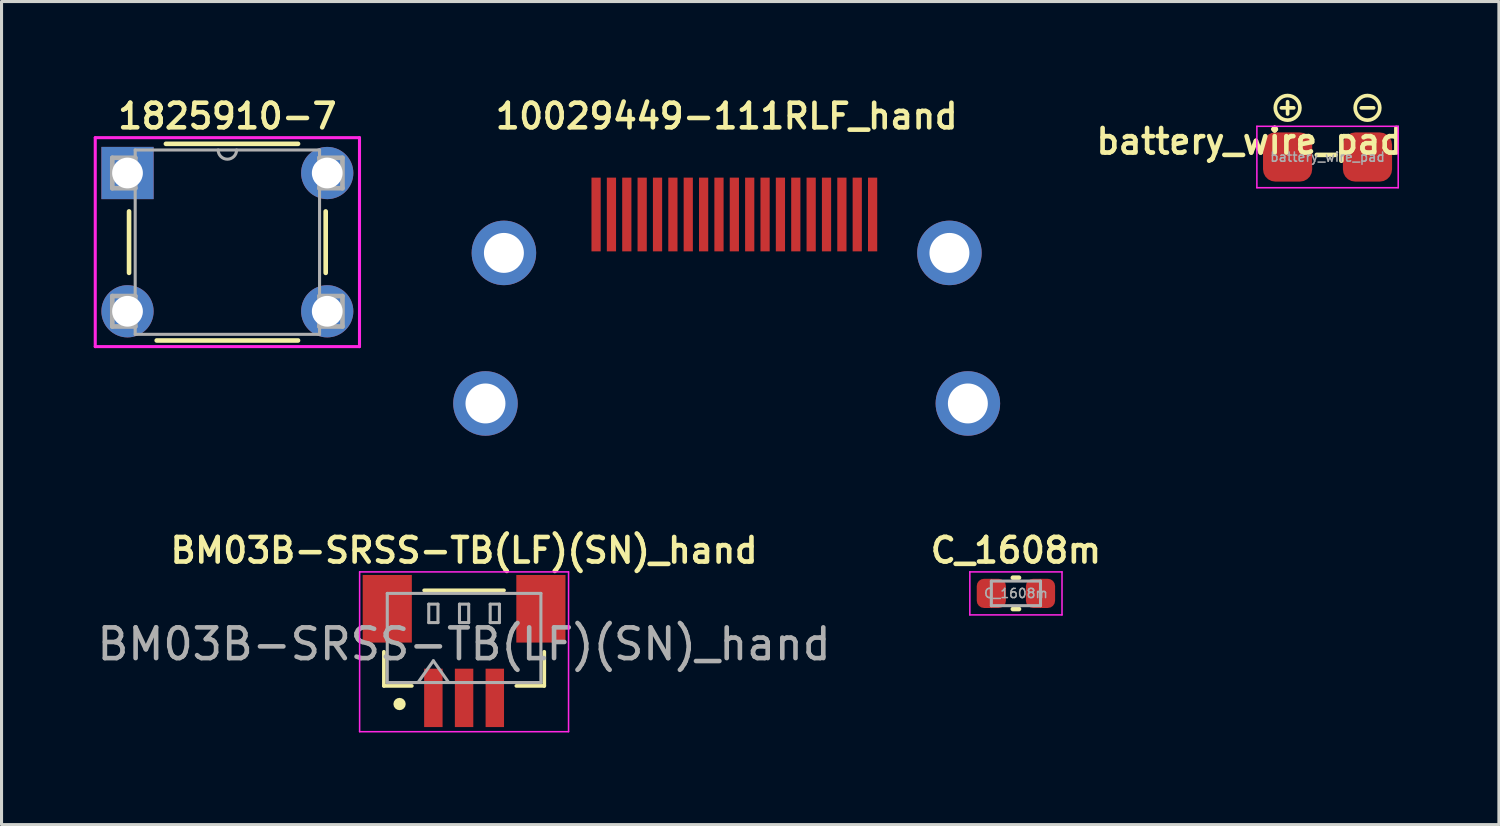
<source format=kicad_pcb>
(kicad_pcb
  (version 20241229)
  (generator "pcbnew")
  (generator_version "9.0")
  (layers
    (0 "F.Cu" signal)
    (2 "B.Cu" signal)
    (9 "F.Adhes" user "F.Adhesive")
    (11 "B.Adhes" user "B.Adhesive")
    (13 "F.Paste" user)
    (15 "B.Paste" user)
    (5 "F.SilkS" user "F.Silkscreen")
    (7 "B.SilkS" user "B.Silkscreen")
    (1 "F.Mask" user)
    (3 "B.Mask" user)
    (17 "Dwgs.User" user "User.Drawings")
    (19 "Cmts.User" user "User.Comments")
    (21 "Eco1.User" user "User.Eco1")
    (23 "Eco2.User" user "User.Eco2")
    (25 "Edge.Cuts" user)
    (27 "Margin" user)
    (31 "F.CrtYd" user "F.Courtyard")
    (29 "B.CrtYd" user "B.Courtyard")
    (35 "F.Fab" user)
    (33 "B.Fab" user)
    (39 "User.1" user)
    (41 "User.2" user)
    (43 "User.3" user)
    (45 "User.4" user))
  (footprint "battery_wire_pad"
    (layer "F.Cu")
    (at 40.156 2.06)
    (property "Reference" "battery_wire_pad" (at -2.54 -0.508 0) (layer "F.SilkS") (effects (font (size 0.8 0.8) (thickness 0.15))))
    (attr exclude_from_pos_files exclude_from_bom)
    (fp_line (start -1.5 -1.6) (end -1.1 -1.6) (stroke (width 0.12) (type solid)) (layer "F.SilkS"))
    (fp_line (start -1.3 -1.8) (end -1.3 -1.4) (stroke (width 0.12) (type solid)) (layer "F.SilkS"))
    (fp_line (start 1.1 -1.6) (end 1.5 -1.6) (stroke (width 0.12) (type solid)) (layer "F.SilkS"))
    (fp_circle (center -1.3 -1.6) (end -0.9 -1.6) (stroke (width 0.12) (type solid)) (fill no) (layer "F.SilkS"))
    (fp_circle (center 1.3 -1.6) (end 1.7 -1.6) (stroke (width 0.12) (type solid)) (fill no) (layer "F.SilkS"))
    (fp_line (start -2.3 -1) (end -2.3 1) (stroke (width 0.05) (type solid)) (layer "F.CrtYd"))
    (fp_line (start -2.3 -1) (end 2.3 -1) (stroke (width 0.05) (type solid)) (layer "F.CrtYd"))
    (fp_line (start 2.3 1) (end -2.3 1) (stroke (width 0.05) (type solid)) (layer "F.CrtYd"))
    (fp_line (start 2.3 1) (end 2.3 -1) (stroke (width 0.05) (type solid)) (layer "F.CrtYd"))
    (fp_text user "${REFERENCE}" (at 0 0 0) (layer "F.Fab") (effects (font (size 0.3 0.3) (thickness 0.05))))
    (pad "N" smd roundrect (at 1.3 0) (size 1.6 1.6) (layers "F.Cu" "F.Mask") (roundrect_rratio 0.25))
    (pad "P" smd roundrect (at -1.3 0) (size 1.6 1.6) (layers "F.Cu" "F.Mask") (roundrect_rratio 0.25)))
  (footprint "BM03B-SRSS-TB(LF)(SN)_hand"
    (layer "F.Cu")
    (at 12.054 18.163)
    (property "Reference" "BM03B-SRSS-TB(LF)(SN)_hand" (at 0 -3.3 0) (layer "F.SilkS") (effects (font (size 0.8 0.8) (thickness 0.15))))
    (attr smd)
    (fp_line (start -2.61 0) (end -2.61 1.11) (stroke (width 0.12) (type solid)) (layer "F.SilkS"))
    (fp_line (start -2.61 1.11) (end -1.7 1.11) (stroke (width 0.12) (type solid)) (layer "F.SilkS"))
    (fp_line (start -1.3 -2) (end 1.3 -2) (stroke (width 0.12) (type solid)) (layer "F.SilkS"))
    (fp_line (start 2.61 0) (end 2.61 1.11) (stroke (width 0.12) (type solid)) (layer "F.SilkS"))
    (fp_line (start 2.61 1.11) (end 1.7 1.11) (stroke (width 0.12) (type solid)) (layer "F.SilkS"))
    (fp_circle (center -2.1 1.7) (end -2 1.7) (stroke (width 0.2) (type solid)) (fill no) (layer "F.SilkS"))
    (fp_line (start -3.4 -2.6) (end -3.4 2.6) (stroke (width 0.05) (type solid)) (layer "F.CrtYd"))
    (fp_line (start -3.4 2.6) (end 3.4 2.6) (stroke (width 0.05) (type solid)) (layer "F.CrtYd"))
    (fp_line (start 3.4 -2.6) (end -3.4 -2.6) (stroke (width 0.05) (type solid)) (layer "F.CrtYd"))
    (fp_line (start 3.4 2.6) (end 3.4 -2.6) (stroke (width 0.05) (type solid)) (layer "F.CrtYd"))
    (fp_line (start -2.5 -1.9) (end 2.5 -1.9) (stroke (width 0.1) (type solid)) (layer "F.Fab"))
    (fp_line (start -2.5 1) (end -2.5 -1.9) (stroke (width 0.1) (type solid)) (layer "F.Fab"))
    (fp_line (start -2.5 1) (end 2.5 1) (stroke (width 0.1) (type solid)) (layer "F.Fab"))
    (fp_line (start -1.5 1) (end -1 0.293) (stroke (width 0.1) (type solid)) (layer "F.Fab"))
    (fp_line (start -1.15 -1.55) (end -1.15 -0.95) (stroke (width 0.1) (type solid)) (layer "F.Fab"))
    (fp_line (start -1.15 -0.95) (end -0.85 -0.95) (stroke (width 0.1) (type solid)) (layer "F.Fab"))
    (fp_line (start -1 0.293) (end -0.5 1) (stroke (width 0.1) (type solid)) (layer "F.Fab"))
    (fp_line (start -0.85 -1.55) (end -1.15 -1.55) (stroke (width 0.1) (type solid)) (layer "F.Fab"))
    (fp_line (start -0.85 -0.95) (end -0.85 -1.55) (stroke (width 0.1) (type solid)) (layer "F.Fab"))
    (fp_line (start -0.15 -1.55) (end -0.15 -0.95) (stroke (width 0.1) (type solid)) (layer "F.Fab"))
    (fp_line (start -0.15 -0.95) (end 0.15 -0.95) (stroke (width 0.1) (type solid)) (layer "F.Fab"))
    (fp_line (start 0.15 -1.55) (end -0.15 -1.55) (stroke (width 0.1) (type solid)) (layer "F.Fab"))
    (fp_line (start 0.15 -0.95) (end 0.15 -1.55) (stroke (width 0.1) (type solid)) (layer "F.Fab"))
    (fp_line (start 0.85 -1.55) (end 0.85 -0.95) (stroke (width 0.1) (type solid)) (layer "F.Fab"))
    (fp_line (start 0.85 -0.95) (end 1.15 -0.95) (stroke (width 0.1) (type solid)) (layer "F.Fab"))
    (fp_line (start 1.15 -1.55) (end 0.85 -1.55) (stroke (width 0.1) (type solid)) (layer "F.Fab"))
    (fp_line (start 1.15 -0.95) (end 1.15 -1.55) (stroke (width 0.1) (type solid)) (layer "F.Fab"))
    (fp_line (start 2.5 1) (end 2.5 -1.9) (stroke (width 0.1) (type solid)) (layer "F.Fab"))
    (fp_text user "${REFERENCE}" (at 0 -0.25 0) (layer "F.Fab") (effects (font (size 1 1) (thickness 0.15))))
    (pad "1" smd rect (at -1 1.5) (size 0.6 1.9) (layers "F.Cu" "F.Mask" "F.Paste"))
    (pad "2" smd rect (at 0 1.5) (size 0.6 1.9) (layers "F.Cu" "F.Mask" "F.Paste"))
    (pad "3" smd rect (at 1 1.5) (size 0.6 1.9) (layers "F.Cu" "F.Mask" "F.Paste"))
    (pad "MP" smd rect (at -2.5 -1.4) (size 1.6 2.2) (layers "F.Cu" "F.Mask" "F.Paste"))
    (pad "MP" smd rect (at 2.5 -1.4) (size 1.6 2.2) (layers "F.Cu" "F.Mask" "F.Paste")))
  (footprint "C_1608m"
    (layer "F.Cu")
    (at 30.014 16.262)
    (property "Reference" "C_1608m" (at 0 -1.4 0) (layer "F.SilkS") (effects (font (size 0.8 0.8) (thickness 0.15))))
    (attr smd)
    (fp_line (start -0.1 -0.51) (end 0.1 -0.51) (stroke (width 0.15) (type solid)) (layer "F.SilkS"))
    (fp_line (start -0.1 0.51) (end 0.1 0.51) (stroke (width 0.15) (type solid)) (layer "F.SilkS"))
    (fp_line (start -1.5 -0.7) (end 1.5 -0.7) (stroke (width 0.05) (type solid)) (layer "F.CrtYd"))
    (fp_line (start -1.5 0.7) (end -1.5 -0.7) (stroke (width 0.05) (type solid)) (layer "F.CrtYd"))
    (fp_line (start 1.5 -0.7) (end 1.5 0.7) (stroke (width 0.05) (type solid)) (layer "F.CrtYd"))
    (fp_line (start 1.5 0.7) (end -1.5 0.7) (stroke (width 0.05) (type solid)) (layer "F.CrtYd"))
    (fp_line (start -0.8 -0.4) (end 0.8 -0.4) (stroke (width 0.1) (type solid)) (layer "F.Fab"))
    (fp_line (start -0.8 0.4) (end -0.8 -0.4) (stroke (width 0.1) (type solid)) (layer "F.Fab"))
    (fp_line (start 0.8 -0.4) (end 0.8 0.4) (stroke (width 0.1) (type solid)) (layer "F.Fab"))
    (fp_line (start 0.8 0.4) (end -0.8 0.4) (stroke (width 0.1) (type solid)) (layer "F.Fab"))
    (fp_text user "${REFERENCE}" (at 0 0 0) (layer "F.Fab") (effects (font (size 0.3 0.3) (thickness 0.05))))
    (pad "1" smd roundrect (at -0.8 0) (size 0.95 0.95) (layers "F.Cu" "F.Mask" "F.Paste") (roundrect_rratio 0.25))
    (pad "2" smd roundrect (at 0.8 0) (size 0.95 0.95) (layers "F.Cu" "F.Mask" "F.Paste") (roundrect_rratio 0.25)))
  (footprint "10029449-111RLF_hand"
    (layer "F.Cu")
    (at 20.6 3.231)
    (property "Reference" "10029449-111RLF_hand" (at 0 -2.5 0) (layer "F.SilkS") (effects (font (size 0.8 0.8) (thickness 0.15))))
    (attr through_hole)
    (pad "1" smd rect (at 4.75 0.7) (size 0.3 2.4) (layers "F.Cu" "F.Mask" "F.Paste"))
    (pad "2" smd rect (at 4.25 0.7) (size 0.3 2.4) (layers "F.Cu" "F.Mask" "F.Paste"))
    (pad "3" smd rect (at 3.75 0.7) (size 0.3 2.4) (layers "F.Cu" "F.Mask" "F.Paste"))
    (pad "4" smd rect (at 3.25 0.7) (size 0.3 2.4) (layers "F.Cu" "F.Mask" "F.Paste"))
    (pad "5" smd rect (at 2.75 0.7) (size 0.3 2.4) (layers "F.Cu" "F.Mask" "F.Paste"))
    (pad "6" smd rect (at 2.25 0.7) (size 0.3 2.4) (layers "F.Cu" "F.Mask" "F.Paste"))
    (pad "7" smd rect (at 1.75 0.7) (size 0.3 2.4) (layers "F.Cu" "F.Mask" "F.Paste"))
    (pad "8" smd rect (at 1.25 0.7) (size 0.3 2.4) (layers "F.Cu" "F.Mask" "F.Paste"))
    (pad "9" smd rect (at 0.75 0.7) (size 0.3 2.4) (layers "F.Cu" "F.Mask" "F.Paste"))
    (pad "10" smd rect (at 0.25 0.7) (size 0.3 2.4) (layers "F.Cu" "F.Mask" "F.Paste"))
    (pad "11" smd rect (at -0.25 0.7) (size 0.3 2.4) (layers "F.Cu" "F.Mask" "F.Paste"))
    (pad "12" smd rect (at -0.75 0.7) (size 0.3 2.4) (layers "F.Cu" "F.Mask" "F.Paste"))
    (pad "13" smd rect (at -1.25 0.7) (size 0.3 2.4) (layers "F.Cu" "F.Mask" "F.Paste"))
    (pad "14" smd rect (at -1.75 0.7) (size 0.3 2.4) (layers "F.Cu" "F.Mask" "F.Paste"))
    (pad "15" smd rect (at -2.25 0.7) (size 0.3 2.4) (layers "F.Cu" "F.Mask" "F.Paste"))
    (pad "16" smd rect (at -2.75 0.7) (size 0.3 2.4) (layers "F.Cu" "F.Mask" "F.Paste"))
    (pad "17" smd rect (at -3.25 0.7) (size 0.3 2.4) (layers "F.Cu" "F.Mask" "F.Paste"))
    (pad "18" smd rect (at -3.75 0.7) (size 0.3 2.4) (layers "F.Cu" "F.Mask" "F.Paste"))
    (pad "19" smd rect (at -4.25 0.7) (size 0.3 2.4) (layers "F.Cu" "F.Mask" "F.Paste"))
    (pad "20" thru_hole circle (at -7.85 6.85) (size 2.1 2.1) (drill 1.3) (layers "*.Cu" "*.Mask"))
    (pad "20" thru_hole circle (at -7.25 1.95) (size 2.1 2.1) (drill 1.3) (layers "*.Cu" "*.Mask"))
    (pad "20" thru_hole circle (at 7.25 1.95) (size 2.1 2.1) (drill 1.3) (layers "*.Cu" "*.Mask"))
    (pad "20" thru_hole circle (at 7.85 6.85) (size 2.1 2.1) (drill 1.3) (layers "*.Cu" "*.Mask")))
  (footprint "1825910-7"
    (layer "F.Cu")
    (at 4.35 4.831)
    (property "Reference" "1825910-7" (at 0 -4.1 0) (layer "F.SilkS") (effects (font (size 0.8 0.8) (thickness 0.15))))
    (attr through_hole)
    (fp_line (start -3.2 -1) (end -3.2 1) (stroke (width 0.15) (type solid)) (layer "F.SilkS"))
    (fp_line (start -2.3 3.2) (end 2.3 3.2) (stroke (width 0.15) (type solid)) (layer "F.SilkS"))
    (fp_line (start -2 -3.2) (end 2.3 -3.2) (stroke (width 0.15) (type solid)) (layer "F.SilkS"))
    (fp_line (start 3.2 1) (end 3.2 -1) (stroke (width 0.15) (type solid)) (layer "F.SilkS"))
    (fp_line (start -4.3 -3.4) (end -4.3 3.4) (stroke (width 0.1) (type solid)) (layer "F.CrtYd"))
    (fp_line (start -4.3 -3.4) (end 4.3 -3.4) (stroke (width 0.1) (type solid)) (layer "F.CrtYd"))
    (fp_line (start -4.3 3.4) (end 4.3 3.4) (stroke (width 0.1) (type solid)) (layer "F.CrtYd"))
    (fp_line (start 4.3 -3.4) (end 4.3 3.4) (stroke (width 0.1) (type solid)) (layer "F.CrtYd"))
    (fp_line (start -3.745 -2.745) (end -3.745 -1.755) (stroke (width 0.152) (type solid)) (layer "F.Fab"))
    (fp_line (start -3.745 -1.755) (end -2.997 -1.755) (stroke (width 0.152) (type solid)) (layer "F.Fab"))
    (fp_line (start -3.745 1.755) (end -3.745 2.745) (stroke (width 0.152) (type solid)) (layer "F.Fab"))
    (fp_line (start -3.745 2.745) (end -2.997 2.745) (stroke (width 0.152) (type solid)) (layer "F.Fab"))
    (fp_line (start -3 -3) (end -3 3) (stroke (width 0.1) (type solid)) (layer "F.Fab"))
    (fp_line (start -3 3) (end 3 3) (stroke (width 0.1) (type solid)) (layer "F.Fab"))
    (fp_line (start -2.997 -2.745) (end -3.745 -2.745) (stroke (width 0.152) (type solid)) (layer "F.Fab"))
    (fp_line (start -2.997 -1.755) (end -2.997 -2.745) (stroke (width 0.152) (type solid)) (layer "F.Fab"))
    (fp_line (start -2.997 1.755) (end -3.745 1.755) (stroke (width 0.152) (type solid)) (layer "F.Fab"))
    (fp_line (start -2.997 2.745) (end -2.997 1.755) (stroke (width 0.152) (type solid)) (layer "F.Fab"))
    (fp_line (start 2.997 -2.745) (end 2.997 -1.755) (stroke (width 0.152) (type solid)) (layer "F.Fab"))
    (fp_line (start 2.997 -1.755) (end 3.745 -1.755) (stroke (width 0.152) (type solid)) (layer "F.Fab"))
    (fp_line (start 2.997 1.755) (end 2.997 2.745) (stroke (width 0.152) (type solid)) (layer "F.Fab"))
    (fp_line (start 2.997 2.745) (end 3.745 2.745) (stroke (width 0.152) (type solid)) (layer "F.Fab"))
    (fp_line (start 3 -3) (end -3 -3) (stroke (width 0.1) (type solid)) (layer "F.Fab"))
    (fp_line (start 3 3) (end 3 -3) (stroke (width 0.1) (type solid)) (layer "F.Fab"))
    (fp_line (start 3.745 -2.745) (end 2.997 -2.745) (stroke (width 0.152) (type solid)) (layer "F.Fab"))
    (fp_line (start 3.745 -1.755) (end 3.745 -2.745) (stroke (width 0.152) (type solid)) (layer "F.Fab"))
    (fp_line (start 3.745 1.755) (end 2.997 1.755) (stroke (width 0.152) (type solid)) (layer "F.Fab"))
    (fp_line (start 3.745 2.745) (end 3.745 1.755) (stroke (width 0.152) (type solid)) (layer "F.Fab"))
    (fp_arc (start 0.3 -3) (mid 0 -2.7) (end -0.3 -3) (stroke (width 0.1) (type solid)) (layer "F.Fab"))
    (pad "1" thru_hole rect (at -3.25 -2.25) (size 1.7 1.7) (drill 1) (layers "*.Cu" "*.Mask"))
    (pad "2" thru_hole circle (at 3.25 -2.25) (size 1.7 1.7) (drill 1) (layers "*.Cu" "*.Mask"))
    (pad "3" thru_hole circle (at -3.25 2.25) (size 1.7 1.7) (drill 1) (layers "*.Cu" "*.Mask"))
    (pad "4" thru_hole circle (at 3.25 2.25) (size 1.7 1.7) (drill 1) (layers "*.Cu" "*.Mask")))
  (gr_rect
    (start -3 -3)
    (end 45.733 23.788)
    (stroke (width 0.1) (type default))
    (fill no)
    (layer "Edge.Cuts")))
</source>
